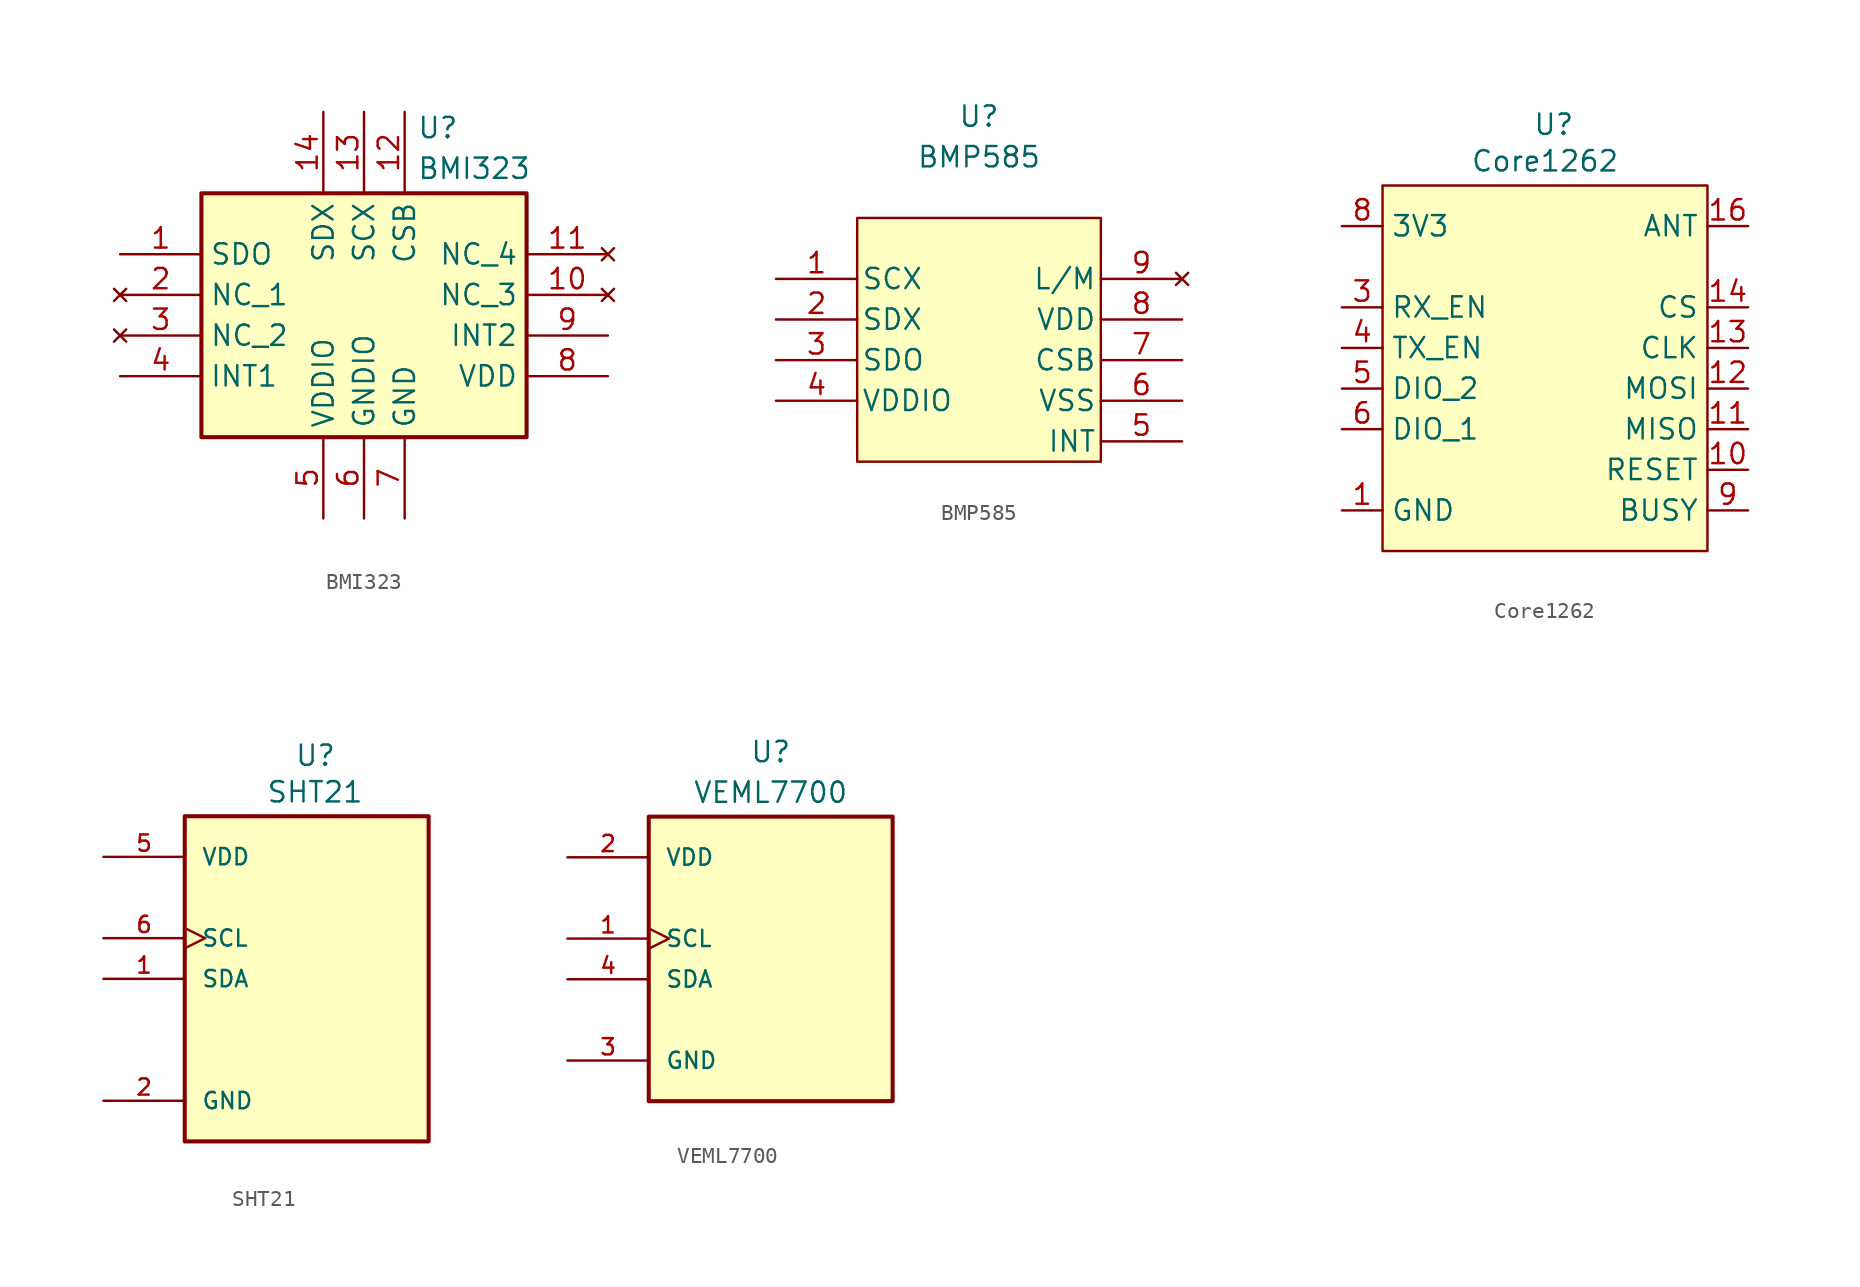
<source format=kicad_sym>
(kicad_symbol_lib
  (version 20241209)
  (generator "kicad_symbol_editor")
  (generator_version "9.0")
  (symbol "BMI323"
    (property "Reference" "U"
      (at 3.302 12.446 0)
      (effects (font (size 1.27 1.27)) (justify left top)))
    (property "Value" "BMI323"
      (at 3.302 9.906 0)
      (effects (font (size 1.27 1.27)) (justify left top)))
    (symbol "BMI323_1_1"
      (rectangle (start -10.16 7.62) (end 10.16 -7.62) (stroke (width 0.254) (type default)) (fill (type background)))
      (pin passive line (at -15.24 3.81 0) (length 5.08) (name "SDO" (effects (font (size 1.27 1.27)))) (number "1" (effects (font (size 1.27 1.27)))))
      (pin no_connect line (at -15.24 1.27 0) (length 5.08) (name "NC_1" (effects (font (size 1.27 1.27)))) (number "2" (effects (font (size 1.27 1.27)))))
      (pin no_connect line (at -15.24 -1.27 0) (length 5.08) (name "NC_2" (effects (font (size 1.27 1.27)))) (number "3" (effects (font (size 1.27 1.27)))))
      (pin output line (at -15.24 -3.81 0) (length 5.08) (name "INT1" (effects (font (size 1.27 1.27)))) (number "4" (effects (font (size 1.27 1.27)))))
      (pin passive line (at -2.54 12.7 270) (length 5.08) (name "SDX" (effects (font (size 1.27 1.27)))) (number "14" (effects (font (size 1.27 1.27)))))
      (pin power_in line (at -2.54 -12.7 90) (length 5.08) (name "VDDIO" (effects (font (size 1.27 1.27)))) (number "5" (effects (font (size 1.27 1.27)))))
      (pin passive line (at 0 12.7 270) (length 5.08) (name "SCX" (effects (font (size 1.27 1.27)))) (number "13" (effects (font (size 1.27 1.27)))))
      (pin power_in line (at 0 -12.7 90) (length 5.08) (name "GNDIO" (effects (font (size 1.27 1.27)))) (number "6" (effects (font (size 1.27 1.27)))))
      (pin passive line (at 2.54 12.7 270) (length 5.08) (name "CSB" (effects (font (size 1.27 1.27)))) (number "12" (effects (font (size 1.27 1.27)))))
      (pin power_in line (at 2.54 -12.7 90) (length 5.08) (name "GND" (effects (font (size 1.27 1.27)))) (number "7" (effects (font (size 1.27 1.27)))))
      (pin no_connect line (at 15.24 3.81 180) (length 5.08) (name "NC_4" (effects (font (size 1.27 1.27)))) (number "11" (effects (font (size 1.27 1.27)))))
      (pin no_connect line (at 15.24 1.27 180) (length 5.08) (name "NC_3" (effects (font (size 1.27 1.27)))) (number "10" (effects (font (size 1.27 1.27)))))
      (pin output line (at 15.24 -1.27 180) (length 5.08) (name "INT2" (effects (font (size 1.27 1.27)))) (number "9" (effects (font (size 1.27 1.27)))))
      (pin power_in line (at 15.24 -3.81 180) (length 5.08) (name "VDD" (effects (font (size 1.27 1.27)))) (number "8" (effects (font (size 1.27 1.27)))))))
  (symbol "BMP585"
    (pin_names
      (offset 0.254))
    (property "Reference" "U"
      (at 0 13.97 0)
      (effects (font (size 1.27 1.27))))
    (property "Value" "BMP585"
      (at 0 11.43 0)
      (effects (font (size 1.27 1.27))))
    (symbol "BMP585_0_1"
      (pin no_connect line (at 12.7 3.81 180) (length 5.08) (name "L/M" (effects (font (size 1.27 1.27)))) (number "9" (effects (font (size 1.27 1.27))))))
    (symbol "BMP585_1_1"
      (rectangle (start -7.62 7.62) (end 7.62 -7.62) (stroke (width 0) (type default)) (fill (type background)))
      (pin input line (at -12.7 3.81 0) (length 5.08) (name "SCX" (effects (font (size 1.27 1.27)))) (number "1" (effects (font (size 1.27 1.27)))))
      (pin bidirectional line (at -12.7 1.27 0) (length 5.08) (name "SDX" (effects (font (size 1.27 1.27)))) (number "2" (effects (font (size 1.27 1.27)))))
      (pin input line (at -12.7 -1.27 0) (length 5.08) (name "SDO" (effects (font (size 1.27 1.27)))) (number "3" (effects (font (size 1.27 1.27)))))
      (pin power_in line (at -12.7 -3.81 0) (length 5.08) (name "VDDIO" (effects (font (size 1.27 1.27)))) (number "4" (effects (font (size 1.27 1.27)))))
      (pin power_in line (at 12.7 1.27 180) (length 5.08) (name "VDD" (effects (font (size 1.27 1.27)))) (number "8" (effects (font (size 1.27 1.27)))))
      (pin input line (at 12.7 -1.27 180) (length 5.08) (name "CSB" (effects (font (size 1.27 1.27)))) (number "7" (effects (font (size 1.27 1.27)))))
      (pin power_in line (at 12.7 -3.81 180) (length 5.08) (name "VSS" (effects (font (size 1.27 1.27)))) (number "6" (effects (font (size 1.27 1.27)))))
      (pin output line (at 12.7 -6.35 180) (length 5.08) (name "INT" (effects (font (size 1.27 1.27)))) (number "5" (effects (font (size 1.27 1.27)))))))
  (symbol "Core1262"
    (property "Reference" "U"
      (at -0.762 13.97 0)
      (effects (font (size 1.27 1.27)) (justify left)))
    (property "Value" "Core1262"
      (at 0 11.684 0)
      (effects (font (size 1.27 1.27))))
    (symbol "Core1262_1_1"
      (rectangle (start -10.16 10.16) (end 10.16 -12.7) (stroke (width 0) (type default)) (fill (type background)))
      (pin bidirectional line (at -12.7 7.62 0) (length 2.54) (name "3V3" (effects (font (size 1.27 1.27)))) (number "8" (effects (font (size 1.27 1.27)))))
      (pin bidirectional line (at -12.7 2.54 0) (length 2.54) (name "RX_EN" (effects (font (size 1.27 1.27)))) (number "3" (effects (font (size 1.27 1.27)))))
      (pin bidirectional line (at -12.7 0 0) (length 2.54) (name "TX_EN" (effects (font (size 1.27 1.27)))) (number "4" (effects (font (size 1.27 1.27)))))
      (pin bidirectional line (at -12.7 -2.54 0) (length 2.54) (name "DIO_2" (effects (font (size 1.27 1.27)))) (number "5" (effects (font (size 1.27 1.27)))))
      (pin bidirectional line (at -12.7 -5.08 0) (length 2.54) (name "DIO_1" (effects (font (size 1.27 1.27)))) (number "6" (effects (font (size 1.27 1.27)))))
      (pin bidirectional line (at -12.7 -10.16 0) (length 2.54) (name "GND" (effects (font (size 1.27 1.27)))) (number "1" (effects (font (size 1.27 1.27)))))
      (pin passive line (at -12.7 -10.16 0) (length 2.54) (hide yes) (name "GND" (effects (font (size 1.27 1.27)))) (number "15" (effects (font (size 1.27 1.27)))))
      (pin passive line (at -12.7 -10.16 0) (length 2.54) (hide yes) (name "GND" (effects (font (size 1.27 1.27)))) (number "2" (effects (font (size 1.27 1.27)))))
      (pin passive line (at -12.7 -10.16 0) (length 2.54) (hide yes) (name "GND" (effects (font (size 1.27 1.27)))) (number "7" (effects (font (size 1.27 1.27)))))
      (pin bidirectional line (at 12.7 7.62 180) (length 2.54) (name "ANT" (effects (font (size 1.27 1.27)))) (number "16" (effects (font (size 1.27 1.27)))))
      (pin bidirectional line (at 12.7 2.54 180) (length 2.54) (name "CS" (effects (font (size 1.27 1.27)))) (number "14" (effects (font (size 1.27 1.27)))))
      (pin bidirectional line (at 12.7 0 180) (length 2.54) (name "CLK" (effects (font (size 1.27 1.27)))) (number "13" (effects (font (size 1.27 1.27)))))
      (pin bidirectional line (at 12.7 -2.54 180) (length 2.54) (name "MOSI" (effects (font (size 1.27 1.27)))) (number "12" (effects (font (size 1.27 1.27)))))
      (pin bidirectional line (at 12.7 -5.08 180) (length 2.54) (name "MISO" (effects (font (size 1.27 1.27)))) (number "11" (effects (font (size 1.27 1.27)))))
      (pin bidirectional line (at 12.7 -7.62 180) (length 2.54) (name "RESET" (effects (font (size 1.27 1.27)))) (number "10" (effects (font (size 1.27 1.27)))))
      (pin bidirectional line (at 12.7 -10.16 180) (length 2.54) (name "BUSY" (effects (font (size 1.27 1.27)))) (number "9" (effects (font (size 1.27 1.27)))))))
  (symbol "SHT21"
    (pin_names
      (offset 1.016))
    (property "Reference" "U"
      (at -0.762 13.208 0)
      (effects (font (size 1.27 1.27)) (justify left bottom)))
    (property "Value" "SHT21"
      (at -2.54 10.922 0)
      (effects (font (size 1.27 1.27)) (justify left bottom)))
    (symbol "SHT21_0_0"
      (rectangle (start -7.62 10.16) (end 7.62 -10.16) (stroke (width 0.254) (type default)) (fill (type background)))
      (pin power_in line (at -12.7 7.62 0) (length 5.08) (name "VDD" (effects (font (size 1.016 1.016)))) (number "5" (effects (font (size 1.016 1.016)))))
      (pin input clock (at -12.7 2.54 0) (length 5.08) (name "SCL" (effects (font (size 1.016 1.016)))) (number "6" (effects (font (size 1.016 1.016)))))
      (pin bidirectional line (at -12.7 0 0) (length 5.08) (name "SDA" (effects (font (size 1.016 1.016)))) (number "1" (effects (font (size 1.016 1.016))))))
    (symbol "SHT21_1_0"
      (pin no_connect line (at -12.7 -3.81 0) (length 5.08) (hide yes) (name "NC" (effects (font (size 1.016 1.016)))) (number "3" (effects (font (size 1.016 1.016)))))
      (pin no_connect line (at -12.7 -5.08 0) (length 5.08) (hide yes) (name "NC" (effects (font (size 1.016 1.016)))) (number "4" (effects (font (size 1.016 1.016)))))
      (pin power_in line (at -12.7 -7.62 0) (length 5.08) (name "GND" (effects (font (size 1.016 1.016)))) (number "2" (effects (font (size 1.016 1.016)))))
      (pin passive line (at -12.7 -7.62 0) (length 5.08) (hide yes) (name "EXP" (effects (font (size 1.016 1.016)))) (number "7" (effects (font (size 1.016 1.016)))))))
  (symbol "VEML7700"
    (pin_names
      (offset 1.016))
    (property "Reference" "U"
      (at 0 13.462 0)
      (effects (font (size 1.27 1.27)) (justify bottom)))
    (property "Value" "VEML7700"
      (at 0 10.922 0)
      (effects (font (size 1.27 1.27)) (justify bottom)))
    (symbol "VEML7700_0_0"
      (rectangle (start -7.62 -7.62) (end 7.62 10.16) (stroke (width 0.254) (type default)) (fill (type background)))
      (pin power_in line (at -12.7 7.62 0) (length 5.08) (name "VDD" (effects (font (size 1.016 1.016)))) (number "2" (effects (font (size 1.016 1.016)))))
      (pin input clock (at -12.7 2.54 0) (length 5.08) (name "SCL" (effects (font (size 1.016 1.016)))) (number "1" (effects (font (size 1.016 1.016)))))
      (pin bidirectional line (at -12.7 0 0) (length 5.08) (name "SDA" (effects (font (size 1.016 1.016)))) (number "4" (effects (font (size 1.016 1.016)))))
      (pin power_in line (at -12.7 -5.08 0) (length 5.08) (name "GND" (effects (font (size 1.016 1.016)))) (number "3" (effects (font (size 1.016 1.016))))))))
</source>
